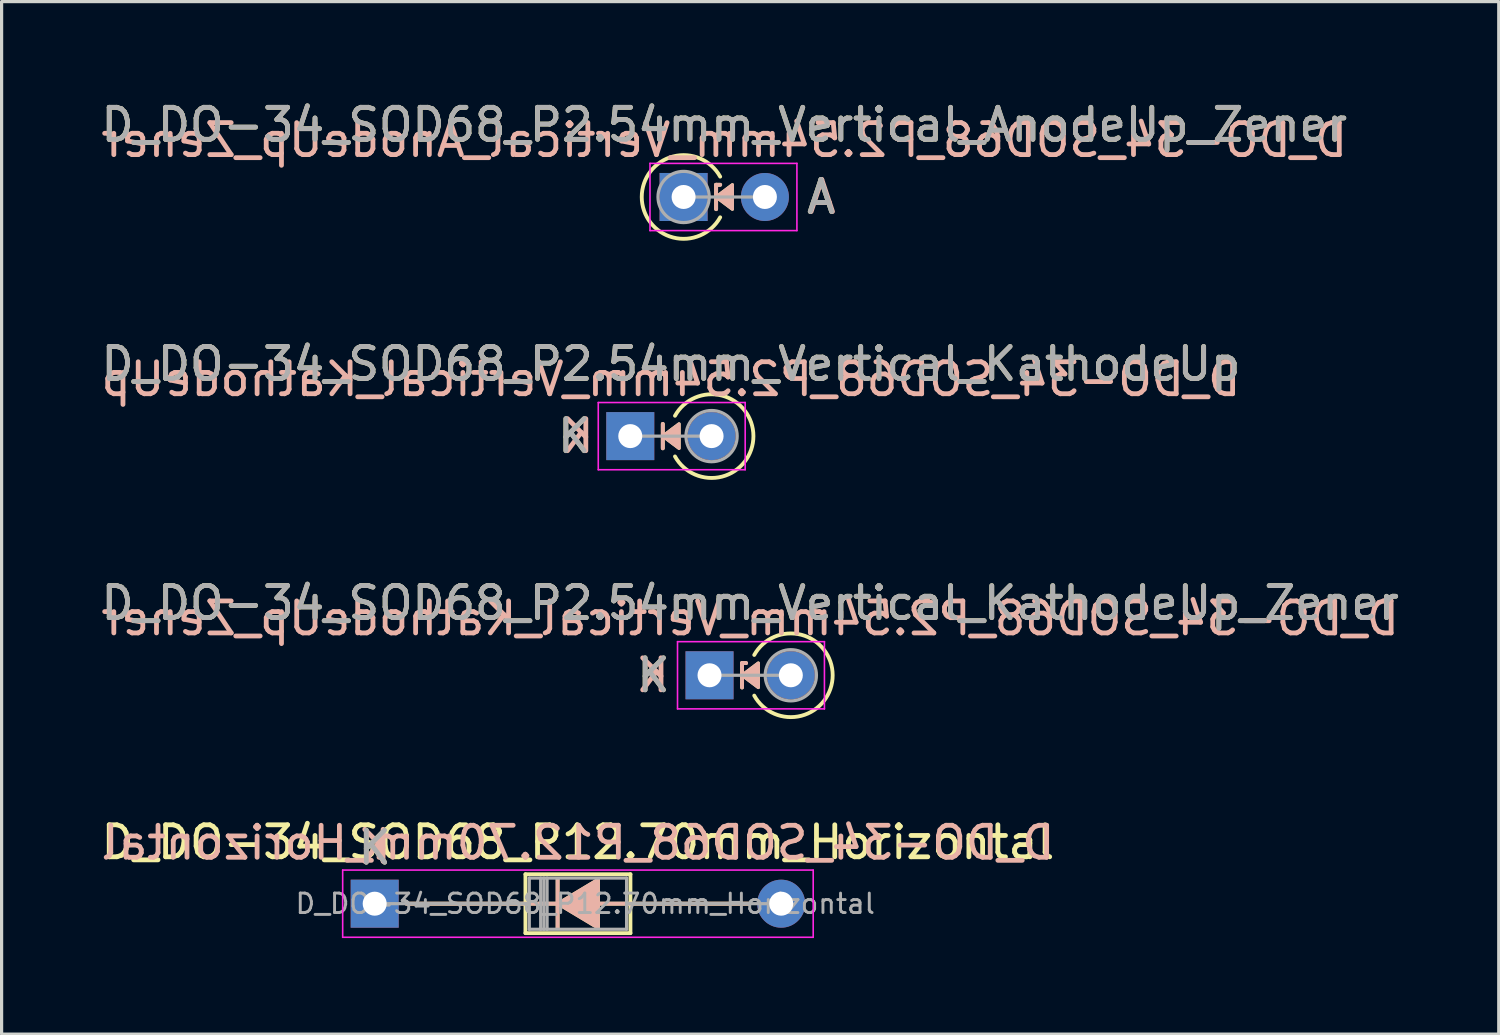
<source format=kicad_pcb>
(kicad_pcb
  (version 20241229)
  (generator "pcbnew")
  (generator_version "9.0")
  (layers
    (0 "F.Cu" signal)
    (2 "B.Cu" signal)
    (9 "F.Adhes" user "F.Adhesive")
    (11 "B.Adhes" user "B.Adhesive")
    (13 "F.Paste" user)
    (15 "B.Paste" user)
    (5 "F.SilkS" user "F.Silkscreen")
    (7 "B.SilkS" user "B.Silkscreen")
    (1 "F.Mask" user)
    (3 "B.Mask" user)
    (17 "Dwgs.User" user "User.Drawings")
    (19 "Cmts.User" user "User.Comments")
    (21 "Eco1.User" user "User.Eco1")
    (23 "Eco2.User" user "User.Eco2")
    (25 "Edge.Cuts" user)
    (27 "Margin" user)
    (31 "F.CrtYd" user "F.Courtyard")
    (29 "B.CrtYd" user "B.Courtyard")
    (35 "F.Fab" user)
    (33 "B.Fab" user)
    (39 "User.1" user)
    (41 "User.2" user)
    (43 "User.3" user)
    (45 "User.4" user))
  (footprint "D_DO-34_SOD68_P12.70mm_Horizontal"
    (layer "F.Cu")
    (at 8.656 25.183)
    (property "Reference" "D_DO-34_SOD68_P12.70mm_Horizontal" (at 6.35 -1.92 0) (layer "F.SilkS") (effects (font (size 1 1) (thickness 0.15))))
    (fp_line (start 0.99 0) (end 4.71 0) (stroke (width 0.12) (type solid)) (layer "F.SilkS"))
    (fp_line (start 4.71 -0.92) (end 4.71 0.92) (stroke (width 0.12) (type solid)) (layer "F.SilkS"))
    (fp_line (start 4.71 0.92) (end 7.99 0.92) (stroke (width 0.12) (type solid)) (layer "F.SilkS"))
    (fp_line (start 5.715 -0.762) (end 5.715 0.762) (stroke (width 0.12) (type solid)) (layer "F.SilkS"))
    (fp_line (start 5.8 0) (end 4.71 0) (stroke (width 0.12) (type solid)) (layer "F.SilkS"))
    (fp_line (start 6.985 0) (end 7.99 0) (stroke (width 0.12) (type solid)) (layer "F.SilkS"))
    (fp_line (start 7.99 -0.92) (end 4.71 -0.92) (stroke (width 0.12) (type solid)) (layer "F.SilkS"))
    (fp_line (start 7.99 0.92) (end 7.99 -0.92) (stroke (width 0.12) (type solid)) (layer "F.SilkS"))
    (fp_line (start 11.71 0) (end 7.99 0) (stroke (width 0.12) (type solid)) (layer "F.SilkS"))
    (fp_poly (pts (xy 6.985 0.762) (xy 5.715 0) (xy 6.985 -0.762)) (stroke (width 0.1) (type solid)) (fill yes) (layer "F.SilkS"))
    (fp_line (start 0.99 0) (end 4.71 0) (stroke (width 0.12) (type solid)) (layer "B.SilkS"))
    (fp_line (start 5.715 0.762) (end 5.715 -0.762) (stroke (width 0.12) (type solid)) (layer "B.SilkS"))
    (fp_line (start 5.8 0) (end 4.71 0) (stroke (width 0.12) (type solid)) (layer "B.SilkS"))
    (fp_line (start 6.985 0) (end 7.99 0) (stroke (width 0.12) (type solid)) (layer "B.SilkS"))
    (fp_line (start 11.71 0) (end 7.99 0) (stroke (width 0.12) (type solid)) (layer "B.SilkS"))
    (fp_poly (pts (xy 6.985 -0.762) (xy 5.715 0) (xy 6.985 0.762)) (stroke (width 0.1) (type solid)) (fill yes) (layer "B.SilkS"))
    (fp_line (start -1 -1.05) (end -1 1.05) (stroke (width 0.05) (type solid)) (layer "F.CrtYd"))
    (fp_line (start -1 1.05) (end 13.7 1.05) (stroke (width 0.05) (type solid)) (layer "F.CrtYd"))
    (fp_line (start 13.7 -1.05) (end -1 -1.05) (stroke (width 0.05) (type solid)) (layer "F.CrtYd"))
    (fp_line (start 13.7 1.05) (end 13.7 -1.05) (stroke (width 0.05) (type solid)) (layer "F.CrtYd"))
    (fp_line (start 0 0) (end 4.83 0) (stroke (width 0.1) (type solid)) (layer "F.Fab"))
    (fp_line (start 4.83 -0.8) (end 4.83 0.8) (stroke (width 0.1) (type solid)) (layer "F.Fab"))
    (fp_line (start 4.83 0.8) (end 7.87 0.8) (stroke (width 0.1) (type solid)) (layer "F.Fab"))
    (fp_line (start 5.186 -0.8) (end 5.186 0.8) (stroke (width 0.1) (type solid)) (layer "F.Fab"))
    (fp_line (start 5.286 -0.8) (end 5.286 0.8) (stroke (width 0.1) (type solid)) (layer "F.Fab"))
    (fp_line (start 5.386 -0.8) (end 5.386 0.8) (stroke (width 0.1) (type solid)) (layer "F.Fab"))
    (fp_line (start 7.87 -0.8) (end 4.83 -0.8) (stroke (width 0.1) (type solid)) (layer "F.Fab"))
    (fp_line (start 7.87 0.8) (end 7.87 -0.8) (stroke (width 0.1) (type solid)) (layer "F.Fab"))
    (fp_line (start 12.7 0) (end 7.87 0) (stroke (width 0.1) (type solid)) (layer "F.Fab"))
    (fp_text user "K" (at 0 -1.75 0) (layer "F.SilkS") (effects (font (size 1 1) (thickness 0.15))))
    (fp_text user "${REFERENCE}" (at 6.35 -1.905 0) (layer "B.SilkS") (effects (font (size 1 1) (thickness 0.15)) (justify mirror)))
    (fp_text user "K" (at 0 -1.778 0) (layer "B.SilkS") (effects (font (size 1 1) (thickness 0.15)) (justify mirror)))
    (fp_text user "K" (at 0 -1.75 0) (layer "F.Fab") (effects (font (size 1 1) (thickness 0.15))))
    (fp_text user "${REFERENCE}" (at 6.578 0 0) (layer "F.Fab") (effects (font (size 0.608 0.608) (thickness 0.091))))
    (pad "1" thru_hole rect (at 0 0) (size 1.5 1.5) (drill 0.75) (layers "*.Cu" "*.Mask"))
    (pad "2" thru_hole oval (at 12.7 0) (size 1.5 1.5) (drill 0.75) (layers "*.Cu" "*.Mask")))
  (footprint "D_DO-34_SOD68_P2.54mm_Vertical_AnodeUp_Zener"
    (layer "F.Cu")
    (at 18.307 3.104)
    (property "Reference" "D_DO-34_SOD68_P2.54mm_Vertical_AnodeUp_Zener" (at 1.27 -2.256 0) (layer "F.SilkS") (effects (font (size 1 1) (thickness 0.15))))
    (fp_line (start 1.016 -0.381) (end 1.016 0.381) (stroke (width 0.12) (type solid)) (layer "F.SilkS"))
    (fp_line (start 1.016 -0.381) (end 1.143 -0.381) (stroke (width 0.12) (type solid)) (layer "F.SilkS"))
    (fp_arc (start 1.142999 0.635) (mid -1.307544 0) (end 1.142999 -0.634999) (stroke (width 0.12) (type solid)) (layer "F.SilkS"))
    (fp_poly (pts (xy 1.524 0.381) (xy 1.016 0) (xy 1.524 -0.381)) (stroke (width 0.1) (type solid)) (fill yes) (layer "F.SilkS"))
    (fp_line (start 1.016 -0.381) (end 1.143 -0.381) (stroke (width 0.12) (type solid)) (layer "B.SilkS"))
    (fp_line (start 1.016 0.381) (end 1.016 -0.381) (stroke (width 0.12) (type solid)) (layer "B.SilkS"))
    (fp_poly (pts (xy 1.524 -0.381) (xy 1.016 0) (xy 1.524 0.381)) (stroke (width 0.1) (type solid)) (fill yes) (layer "B.SilkS"))
    (fp_line (start -1.05 -1.05) (end -1.05 1.05) (stroke (width 0.05) (type solid)) (layer "F.CrtYd"))
    (fp_line (start -1.05 1.05) (end 3.54 1.05) (stroke (width 0.05) (type solid)) (layer "F.CrtYd"))
    (fp_line (start 3.54 -1.05) (end -1.05 -1.05) (stroke (width 0.05) (type solid)) (layer "F.CrtYd"))
    (fp_line (start 3.54 1.05) (end 3.54 -1.05) (stroke (width 0.05) (type solid)) (layer "F.CrtYd"))
    (fp_line (start 0 0) (end 2.54 0) (stroke (width 0.1) (type solid)) (layer "F.Fab"))
    (fp_circle (center 0 0) (end 0.8 0) (stroke (width 0.1) (type solid)) (fill no) (layer "F.Fab"))
    (fp_text user "A" (at 4.29 0 0) (layer "F.SilkS") (effects (font (size 1 1) (thickness 0.15))))
    (fp_text user "${REFERENCE}" (at 1.27 -1.778 0) (layer "B.SilkS") (effects (font (size 1 1) (thickness 0.15)) (justify mirror)))
    (fp_text user "A" (at 4.318 0 0) (layer "B.SilkS") (effects (font (size 1 1) (thickness 0.15)) (justify mirror)))
    (fp_text user "A" (at 4.29 0 0) (layer "F.Fab") (effects (font (size 1 1) (thickness 0.15))))
    (fp_text user "${REFERENCE}" (at 1.27 -2.256 0) (layer "F.Fab") (effects (font (size 1 1) (thickness 0.15))))
    (pad "1" thru_hole rect (at 0 0) (size 1.5 1.5) (drill 0.75) (layers "*.Cu" "*.Mask"))
    (pad "2" thru_hole oval (at 2.54 0) (size 1.5 1.5) (drill 0.75) (layers "*.Cu" "*.Mask")))
  (footprint "D_DO-34_SOD68_P2.54mm_Vertical_KathodeUp_Zener"
    (layer "F.Cu")
    (at 19.117 18.047)
    (property "Reference" "D_DO-34_SOD68_P2.54mm_Vertical_KathodeUp_Zener" (at 1.27 -2.256 0) (layer "F.SilkS") (effects (font (size 1 1) (thickness 0.15))))
    (fp_line (start 1.016 -0.381) (end 1.016 0.381) (stroke (width 0.12) (type solid)) (layer "F.SilkS"))
    (fp_line (start 1.016 -0.381) (end 1.143 -0.381) (stroke (width 0.12) (type solid)) (layer "F.SilkS"))
    (fp_arc (start 1.397 -0.635) (mid 3.847543 0) (end 1.397 0.634999) (stroke (width 0.12) (type solid)) (layer "F.SilkS"))
    (fp_poly (pts (xy 1.524 0.381) (xy 1.016 0) (xy 1.524 -0.381)) (stroke (width 0.1) (type solid)) (fill yes) (layer "F.SilkS"))
    (fp_line (start 1.016 -0.381) (end 1.143 -0.381) (stroke (width 0.12) (type solid)) (layer "B.SilkS"))
    (fp_line (start 1.016 0.381) (end 1.016 -0.381) (stroke (width 0.12) (type solid)) (layer "B.SilkS"))
    (fp_poly (pts (xy 1.524 -0.381) (xy 1.016 0) (xy 1.524 0.381)) (stroke (width 0.1) (type solid)) (fill yes) (layer "B.SilkS"))
    (fp_line (start -1 -1.05) (end -1 1.05) (stroke (width 0.05) (type solid)) (layer "F.CrtYd"))
    (fp_line (start -1 1.05) (end 3.59 1.05) (stroke (width 0.05) (type solid)) (layer "F.CrtYd"))
    (fp_line (start 3.59 -1.05) (end -1 -1.05) (stroke (width 0.05) (type solid)) (layer "F.CrtYd"))
    (fp_line (start 3.59 1.05) (end 3.59 -1.05) (stroke (width 0.05) (type solid)) (layer "F.CrtYd"))
    (fp_line (start 0 0) (end 2.54 0) (stroke (width 0.1) (type solid)) (layer "F.Fab"))
    (fp_circle (center 2.54 0) (end 3.34 0) (stroke (width 0.1) (type solid)) (fill no) (layer "F.Fab"))
    (fp_text user "K" (at -1.75 0 0) (layer "F.SilkS") (effects (font (size 1 1) (thickness 0.15))))
    (fp_text user "K" (at -1.778 0 0) (layer "B.SilkS") (effects (font (size 1 1) (thickness 0.15)) (justify mirror)))
    (fp_text user "${REFERENCE}" (at 1.27 -1.778 0) (layer "B.SilkS") (effects (font (size 1 1) (thickness 0.15)) (justify mirror)))
    (fp_text user "${REFERENCE}" (at 1.27 -2.256 0) (layer "F.Fab") (effects (font (size 1 1) (thickness 0.15))))
    (fp_text user "K" (at -1.75 0 0) (layer "F.Fab") (effects (font (size 1 1) (thickness 0.15))))
    (pad "1" thru_hole rect (at 0 0) (size 1.5 1.5) (drill 0.75) (layers "*.Cu" "*.Mask"))
    (pad "2" thru_hole oval (at 2.54 0) (size 1.5 1.5) (drill 0.75) (layers "*.Cu" "*.Mask")))
  (footprint "D_DO-34_SOD68_P2.54mm_Vertical_KathodeUp"
    (layer "F.Cu")
    (at 16.641 10.575)
    (property "Reference" "D_DO-34_SOD68_P2.54mm_Vertical_KathodeUp" (at 1.27 -2.256 0) (layer "F.SilkS") (effects (font (size 1 1) (thickness 0.15))))
    (fp_line (start 1.016 -0.381) (end 1.016 0.381) (stroke (width 0.12) (type solid)) (layer "F.SilkS"))
    (fp_arc (start 1.397 -0.635) (mid 3.847543 0) (end 1.397 0.634999) (stroke (width 0.12) (type solid)) (layer "F.SilkS"))
    (fp_poly (pts (xy 1.524 0.381) (xy 1.016 0) (xy 1.524 -0.381)) (stroke (width 0.1) (type solid)) (fill yes) (layer "F.SilkS"))
    (fp_line (start 1.016 0.381) (end 1.016 -0.381) (stroke (width 0.12) (type solid)) (layer "B.SilkS"))
    (fp_poly (pts (xy 1.524 -0.381) (xy 1.016 0) (xy 1.524 0.381)) (stroke (width 0.1) (type solid)) (fill yes) (layer "B.SilkS"))
    (fp_line (start -1 -1.05) (end -1 1.05) (stroke (width 0.05) (type solid)) (layer "F.CrtYd"))
    (fp_line (start -1 1.05) (end 3.59 1.05) (stroke (width 0.05) (type solid)) (layer "F.CrtYd"))
    (fp_line (start 3.59 -1.05) (end -1 -1.05) (stroke (width 0.05) (type solid)) (layer "F.CrtYd"))
    (fp_line (start 3.59 1.05) (end 3.59 -1.05) (stroke (width 0.05) (type solid)) (layer "F.CrtYd"))
    (fp_line (start 0 0) (end 2.54 0) (stroke (width 0.1) (type solid)) (layer "F.Fab"))
    (fp_circle (center 2.54 0) (end 3.34 0) (stroke (width 0.1) (type solid)) (fill no) (layer "F.Fab"))
    (fp_text user "K" (at -1.75 0 0) (layer "F.SilkS") (effects (font (size 1 1) (thickness 0.15))))
    (fp_text user "${REFERENCE}" (at 1.27 -1.778 0) (layer "B.SilkS") (effects (font (size 1 1) (thickness 0.15)) (justify mirror)))
    (fp_text user "K" (at -1.651 0 0) (layer "B.SilkS") (effects (font (size 1 1) (thickness 0.15)) (justify mirror)))
    (fp_text user "${REFERENCE}" (at 1.27 -2.256 0) (layer "F.Fab") (effects (font (size 1 1) (thickness 0.15))))
    (fp_text user "K" (at -1.75 0 0) (layer "F.Fab") (effects (font (size 1 1) (thickness 0.15))))
    (pad "1" thru_hole rect (at 0 0) (size 1.5 1.5) (drill 0.75) (layers "*.Cu" "*.Mask"))
    (pad "2" thru_hole oval (at 2.54 0) (size 1.5 1.5) (drill 0.75) (layers "*.Cu" "*.Mask")))
  (gr_rect
    (start -3 -3)
    (end 43.774 29.258)
    (stroke (width 0.1) (type default))
    (fill no)
    (layer "Edge.Cuts")))
</source>
